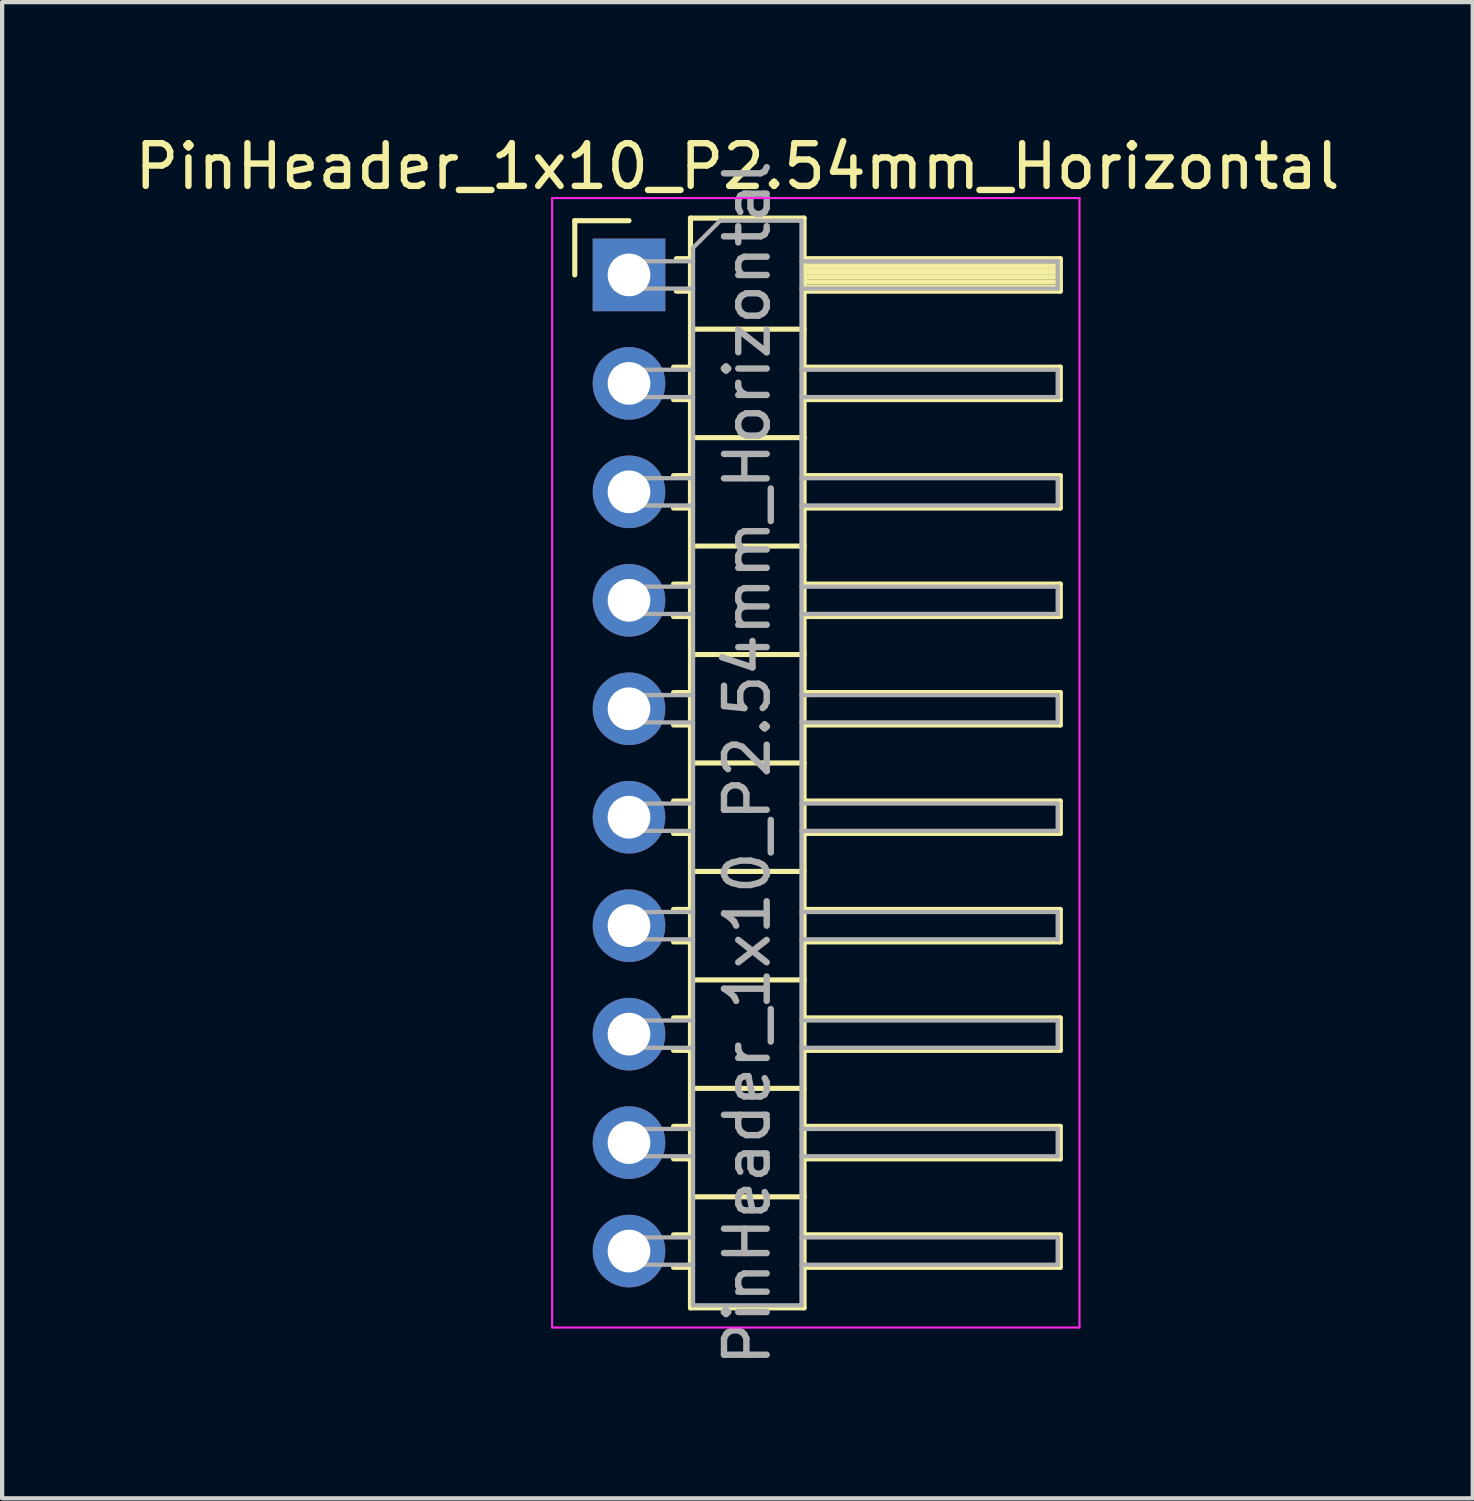
<source format=kicad_pcb>
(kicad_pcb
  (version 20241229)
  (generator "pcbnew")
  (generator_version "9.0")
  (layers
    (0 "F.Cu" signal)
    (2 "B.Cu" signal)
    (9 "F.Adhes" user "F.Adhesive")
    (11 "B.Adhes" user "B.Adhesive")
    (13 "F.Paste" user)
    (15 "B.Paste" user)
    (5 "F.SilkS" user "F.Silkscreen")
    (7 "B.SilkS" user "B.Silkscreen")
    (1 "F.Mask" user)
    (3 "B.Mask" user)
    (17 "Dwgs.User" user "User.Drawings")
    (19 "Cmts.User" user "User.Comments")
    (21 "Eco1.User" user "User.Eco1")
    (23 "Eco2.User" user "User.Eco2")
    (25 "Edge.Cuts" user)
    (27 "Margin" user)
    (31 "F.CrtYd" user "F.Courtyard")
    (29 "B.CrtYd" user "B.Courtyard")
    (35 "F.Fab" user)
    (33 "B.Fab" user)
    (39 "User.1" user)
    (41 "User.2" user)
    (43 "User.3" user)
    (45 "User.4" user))
  (footprint "PinHeader_1x10_P2.54mm_Horizontal"
    (layer "F.Cu")
    (at 11.68 3.388)
    (property "Reference" "PinHeader_1x10_P2.54mm_Horizontal" (at 2.54 -2.54 0) (layer "F.SilkS") (effects (font (size 1 1) (thickness 0.15))))
    (attr through_hole)
    (fp_line (start -1.27 -1.27) (end 0 -1.27) (stroke (width 0.12) (type solid)) (layer "F.SilkS"))
    (fp_line (start -1.27 0) (end -1.27 -1.27) (stroke (width 0.12) (type solid)) (layer "F.SilkS"))
    (fp_line (start 1.043 2.16) (end 1.44 2.16) (stroke (width 0.12) (type solid)) (layer "F.SilkS"))
    (fp_line (start 1.043 2.92) (end 1.44 2.92) (stroke (width 0.12) (type solid)) (layer "F.SilkS"))
    (fp_line (start 1.043 4.7) (end 1.44 4.7) (stroke (width 0.12) (type solid)) (layer "F.SilkS"))
    (fp_line (start 1.043 5.46) (end 1.44 5.46) (stroke (width 0.12) (type solid)) (layer "F.SilkS"))
    (fp_line (start 1.043 7.24) (end 1.44 7.24) (stroke (width 0.12) (type solid)) (layer "F.SilkS"))
    (fp_line (start 1.043 8) (end 1.44 8) (stroke (width 0.12) (type solid)) (layer "F.SilkS"))
    (fp_line (start 1.043 9.78) (end 1.44 9.78) (stroke (width 0.12) (type solid)) (layer "F.SilkS"))
    (fp_line (start 1.043 10.54) (end 1.44 10.54) (stroke (width 0.12) (type solid)) (layer "F.SilkS"))
    (fp_line (start 1.043 12.32) (end 1.44 12.32) (stroke (width 0.12) (type solid)) (layer "F.SilkS"))
    (fp_line (start 1.043 13.08) (end 1.44 13.08) (stroke (width 0.12) (type solid)) (layer "F.SilkS"))
    (fp_line (start 1.043 14.86) (end 1.44 14.86) (stroke (width 0.12) (type solid)) (layer "F.SilkS"))
    (fp_line (start 1.043 15.62) (end 1.44 15.62) (stroke (width 0.12) (type solid)) (layer "F.SilkS"))
    (fp_line (start 1.043 17.4) (end 1.44 17.4) (stroke (width 0.12) (type solid)) (layer "F.SilkS"))
    (fp_line (start 1.043 18.16) (end 1.44 18.16) (stroke (width 0.12) (type solid)) (layer "F.SilkS"))
    (fp_line (start 1.043 19.94) (end 1.44 19.94) (stroke (width 0.12) (type solid)) (layer "F.SilkS"))
    (fp_line (start 1.043 20.7) (end 1.44 20.7) (stroke (width 0.12) (type solid)) (layer "F.SilkS"))
    (fp_line (start 1.043 22.48) (end 1.44 22.48) (stroke (width 0.12) (type solid)) (layer "F.SilkS"))
    (fp_line (start 1.043 23.24) (end 1.44 23.24) (stroke (width 0.12) (type solid)) (layer "F.SilkS"))
    (fp_line (start 1.11 -0.38) (end 1.44 -0.38) (stroke (width 0.12) (type solid)) (layer "F.SilkS"))
    (fp_line (start 1.11 0.38) (end 1.44 0.38) (stroke (width 0.12) (type solid)) (layer "F.SilkS"))
    (fp_line (start 1.44 -1.33) (end 1.44 24.19) (stroke (width 0.12) (type solid)) (layer "F.SilkS"))
    (fp_line (start 1.44 1.27) (end 4.1 1.27) (stroke (width 0.12) (type solid)) (layer "F.SilkS"))
    (fp_line (start 1.44 3.81) (end 4.1 3.81) (stroke (width 0.12) (type solid)) (layer "F.SilkS"))
    (fp_line (start 1.44 6.35) (end 4.1 6.35) (stroke (width 0.12) (type solid)) (layer "F.SilkS"))
    (fp_line (start 1.44 8.89) (end 4.1 8.89) (stroke (width 0.12) (type solid)) (layer "F.SilkS"))
    (fp_line (start 1.44 11.43) (end 4.1 11.43) (stroke (width 0.12) (type solid)) (layer "F.SilkS"))
    (fp_line (start 1.44 13.97) (end 4.1 13.97) (stroke (width 0.12) (type solid)) (layer "F.SilkS"))
    (fp_line (start 1.44 16.51) (end 4.1 16.51) (stroke (width 0.12) (type solid)) (layer "F.SilkS"))
    (fp_line (start 1.44 19.05) (end 4.1 19.05) (stroke (width 0.12) (type solid)) (layer "F.SilkS"))
    (fp_line (start 1.44 21.59) (end 4.1 21.59) (stroke (width 0.12) (type solid)) (layer "F.SilkS"))
    (fp_line (start 1.44 24.19) (end 4.1 24.19) (stroke (width 0.12) (type solid)) (layer "F.SilkS"))
    (fp_line (start 4.1 -1.33) (end 1.44 -1.33) (stroke (width 0.12) (type solid)) (layer "F.SilkS"))
    (fp_line (start 4.1 -0.38) (end 10.1 -0.38) (stroke (width 0.12) (type solid)) (layer "F.SilkS"))
    (fp_line (start 4.1 -0.32) (end 10.1 -0.32) (stroke (width 0.12) (type solid)) (layer "F.SilkS"))
    (fp_line (start 4.1 -0.2) (end 10.1 -0.2) (stroke (width 0.12) (type solid)) (layer "F.SilkS"))
    (fp_line (start 4.1 -0.08) (end 10.1 -0.08) (stroke (width 0.12) (type solid)) (layer "F.SilkS"))
    (fp_line (start 4.1 0.04) (end 10.1 0.04) (stroke (width 0.12) (type solid)) (layer "F.SilkS"))
    (fp_line (start 4.1 0.16) (end 10.1 0.16) (stroke (width 0.12) (type solid)) (layer "F.SilkS"))
    (fp_line (start 4.1 0.28) (end 10.1 0.28) (stroke (width 0.12) (type solid)) (layer "F.SilkS"))
    (fp_line (start 4.1 2.16) (end 10.1 2.16) (stroke (width 0.12) (type solid)) (layer "F.SilkS"))
    (fp_line (start 4.1 4.7) (end 10.1 4.7) (stroke (width 0.12) (type solid)) (layer "F.SilkS"))
    (fp_line (start 4.1 7.24) (end 10.1 7.24) (stroke (width 0.12) (type solid)) (layer "F.SilkS"))
    (fp_line (start 4.1 9.78) (end 10.1 9.78) (stroke (width 0.12) (type solid)) (layer "F.SilkS"))
    (fp_line (start 4.1 12.32) (end 10.1 12.32) (stroke (width 0.12) (type solid)) (layer "F.SilkS"))
    (fp_line (start 4.1 14.86) (end 10.1 14.86) (stroke (width 0.12) (type solid)) (layer "F.SilkS"))
    (fp_line (start 4.1 17.4) (end 10.1 17.4) (stroke (width 0.12) (type solid)) (layer "F.SilkS"))
    (fp_line (start 4.1 19.94) (end 10.1 19.94) (stroke (width 0.12) (type solid)) (layer "F.SilkS"))
    (fp_line (start 4.1 22.48) (end 10.1 22.48) (stroke (width 0.12) (type solid)) (layer "F.SilkS"))
    (fp_line (start 4.1 24.19) (end 4.1 -1.33) (stroke (width 0.12) (type solid)) (layer "F.SilkS"))
    (fp_line (start 10.1 -0.38) (end 10.1 0.38) (stroke (width 0.12) (type solid)) (layer "F.SilkS"))
    (fp_line (start 10.1 0.38) (end 4.1 0.38) (stroke (width 0.12) (type solid)) (layer "F.SilkS"))
    (fp_line (start 10.1 2.16) (end 10.1 2.92) (stroke (width 0.12) (type solid)) (layer "F.SilkS"))
    (fp_line (start 10.1 2.92) (end 4.1 2.92) (stroke (width 0.12) (type solid)) (layer "F.SilkS"))
    (fp_line (start 10.1 4.7) (end 10.1 5.46) (stroke (width 0.12) (type solid)) (layer "F.SilkS"))
    (fp_line (start 10.1 5.46) (end 4.1 5.46) (stroke (width 0.12) (type solid)) (layer "F.SilkS"))
    (fp_line (start 10.1 7.24) (end 10.1 8) (stroke (width 0.12) (type solid)) (layer "F.SilkS"))
    (fp_line (start 10.1 8) (end 4.1 8) (stroke (width 0.12) (type solid)) (layer "F.SilkS"))
    (fp_line (start 10.1 9.78) (end 10.1 10.54) (stroke (width 0.12) (type solid)) (layer "F.SilkS"))
    (fp_line (start 10.1 10.54) (end 4.1 10.54) (stroke (width 0.12) (type solid)) (layer "F.SilkS"))
    (fp_line (start 10.1 12.32) (end 10.1 13.08) (stroke (width 0.12) (type solid)) (layer "F.SilkS"))
    (fp_line (start 10.1 13.08) (end 4.1 13.08) (stroke (width 0.12) (type solid)) (layer "F.SilkS"))
    (fp_line (start 10.1 14.86) (end 10.1 15.62) (stroke (width 0.12) (type solid)) (layer "F.SilkS"))
    (fp_line (start 10.1 15.62) (end 4.1 15.62) (stroke (width 0.12) (type solid)) (layer "F.SilkS"))
    (fp_line (start 10.1 17.4) (end 10.1 18.16) (stroke (width 0.12) (type solid)) (layer "F.SilkS"))
    (fp_line (start 10.1 18.16) (end 4.1 18.16) (stroke (width 0.12) (type solid)) (layer "F.SilkS"))
    (fp_line (start 10.1 19.94) (end 10.1 20.7) (stroke (width 0.12) (type solid)) (layer "F.SilkS"))
    (fp_line (start 10.1 20.7) (end 4.1 20.7) (stroke (width 0.12) (type solid)) (layer "F.SilkS"))
    (fp_line (start 10.1 22.48) (end 10.1 23.24) (stroke (width 0.12) (type solid)) (layer "F.SilkS"))
    (fp_line (start 10.1 23.24) (end 4.1 23.24) (stroke (width 0.12) (type solid)) (layer "F.SilkS"))
    (fp_line (start -1.8 -1.8) (end -1.8 24.65) (stroke (width 0.05) (type solid)) (layer "F.CrtYd"))
    (fp_line (start -1.8 24.65) (end 10.55 24.65) (stroke (width 0.05) (type solid)) (layer "F.CrtYd"))
    (fp_line (start 10.55 -1.8) (end -1.8 -1.8) (stroke (width 0.05) (type solid)) (layer "F.CrtYd"))
    (fp_line (start 10.55 24.65) (end 10.55 -1.8) (stroke (width 0.05) (type solid)) (layer "F.CrtYd"))
    (fp_line (start -0.32 -0.32) (end -0.32 0.32) (stroke (width 0.1) (type solid)) (layer "F.Fab"))
    (fp_line (start -0.32 -0.32) (end 1.5 -0.32) (stroke (width 0.1) (type solid)) (layer "F.Fab"))
    (fp_line (start -0.32 0.32) (end 1.5 0.32) (stroke (width 0.1) (type solid)) (layer "F.Fab"))
    (fp_line (start -0.32 2.22) (end -0.32 2.86) (stroke (width 0.1) (type solid)) (layer "F.Fab"))
    (fp_line (start -0.32 2.22) (end 1.5 2.22) (stroke (width 0.1) (type solid)) (layer "F.Fab"))
    (fp_line (start -0.32 2.86) (end 1.5 2.86) (stroke (width 0.1) (type solid)) (layer "F.Fab"))
    (fp_line (start -0.32 4.76) (end -0.32 5.4) (stroke (width 0.1) (type solid)) (layer "F.Fab"))
    (fp_line (start -0.32 4.76) (end 1.5 4.76) (stroke (width 0.1) (type solid)) (layer "F.Fab"))
    (fp_line (start -0.32 5.4) (end 1.5 5.4) (stroke (width 0.1) (type solid)) (layer "F.Fab"))
    (fp_line (start -0.32 7.3) (end -0.32 7.94) (stroke (width 0.1) (type solid)) (layer "F.Fab"))
    (fp_line (start -0.32 7.3) (end 1.5 7.3) (stroke (width 0.1) (type solid)) (layer "F.Fab"))
    (fp_line (start -0.32 7.94) (end 1.5 7.94) (stroke (width 0.1) (type solid)) (layer "F.Fab"))
    (fp_line (start -0.32 9.84) (end -0.32 10.48) (stroke (width 0.1) (type solid)) (layer "F.Fab"))
    (fp_line (start -0.32 9.84) (end 1.5 9.84) (stroke (width 0.1) (type solid)) (layer "F.Fab"))
    (fp_line (start -0.32 10.48) (end 1.5 10.48) (stroke (width 0.1) (type solid)) (layer "F.Fab"))
    (fp_line (start -0.32 12.38) (end -0.32 13.02) (stroke (width 0.1) (type solid)) (layer "F.Fab"))
    (fp_line (start -0.32 12.38) (end 1.5 12.38) (stroke (width 0.1) (type solid)) (layer "F.Fab"))
    (fp_line (start -0.32 13.02) (end 1.5 13.02) (stroke (width 0.1) (type solid)) (layer "F.Fab"))
    (fp_line (start -0.32 14.92) (end -0.32 15.56) (stroke (width 0.1) (type solid)) (layer "F.Fab"))
    (fp_line (start -0.32 14.92) (end 1.5 14.92) (stroke (width 0.1) (type solid)) (layer "F.Fab"))
    (fp_line (start -0.32 15.56) (end 1.5 15.56) (stroke (width 0.1) (type solid)) (layer "F.Fab"))
    (fp_line (start -0.32 17.46) (end -0.32 18.1) (stroke (width 0.1) (type solid)) (layer "F.Fab"))
    (fp_line (start -0.32 17.46) (end 1.5 17.46) (stroke (width 0.1) (type solid)) (layer "F.Fab"))
    (fp_line (start -0.32 18.1) (end 1.5 18.1) (stroke (width 0.1) (type solid)) (layer "F.Fab"))
    (fp_line (start -0.32 20) (end -0.32 20.64) (stroke (width 0.1) (type solid)) (layer "F.Fab"))
    (fp_line (start -0.32 20) (end 1.5 20) (stroke (width 0.1) (type solid)) (layer "F.Fab"))
    (fp_line (start -0.32 20.64) (end 1.5 20.64) (stroke (width 0.1) (type solid)) (layer "F.Fab"))
    (fp_line (start -0.32 22.54) (end -0.32 23.18) (stroke (width 0.1) (type solid)) (layer "F.Fab"))
    (fp_line (start -0.32 22.54) (end 1.5 22.54) (stroke (width 0.1) (type solid)) (layer "F.Fab"))
    (fp_line (start -0.32 23.18) (end 1.5 23.18) (stroke (width 0.1) (type solid)) (layer "F.Fab"))
    (fp_line (start 1.5 -0.635) (end 2.135 -1.27) (stroke (width 0.1) (type solid)) (layer "F.Fab"))
    (fp_line (start 1.5 24.13) (end 1.5 -0.635) (stroke (width 0.1) (type solid)) (layer "F.Fab"))
    (fp_line (start 2.135 -1.27) (end 4.04 -1.27) (stroke (width 0.1) (type solid)) (layer "F.Fab"))
    (fp_line (start 4.04 -1.27) (end 4.04 24.13) (stroke (width 0.1) (type solid)) (layer "F.Fab"))
    (fp_line (start 4.04 -0.32) (end 10.04 -0.32) (stroke (width 0.1) (type solid)) (layer "F.Fab"))
    (fp_line (start 4.04 0.32) (end 10.04 0.32) (stroke (width 0.1) (type solid)) (layer "F.Fab"))
    (fp_line (start 4.04 2.22) (end 10.04 2.22) (stroke (width 0.1) (type solid)) (layer "F.Fab"))
    (fp_line (start 4.04 2.86) (end 10.04 2.86) (stroke (width 0.1) (type solid)) (layer "F.Fab"))
    (fp_line (start 4.04 4.76) (end 10.04 4.76) (stroke (width 0.1) (type solid)) (layer "F.Fab"))
    (fp_line (start 4.04 5.4) (end 10.04 5.4) (stroke (width 0.1) (type solid)) (layer "F.Fab"))
    (fp_line (start 4.04 7.3) (end 10.04 7.3) (stroke (width 0.1) (type solid)) (layer "F.Fab"))
    (fp_line (start 4.04 7.94) (end 10.04 7.94) (stroke (width 0.1) (type solid)) (layer "F.Fab"))
    (fp_line (start 4.04 9.84) (end 10.04 9.84) (stroke (width 0.1) (type solid)) (layer "F.Fab"))
    (fp_line (start 4.04 10.48) (end 10.04 10.48) (stroke (width 0.1) (type solid)) (layer "F.Fab"))
    (fp_line (start 4.04 12.38) (end 10.04 12.38) (stroke (width 0.1) (type solid)) (layer "F.Fab"))
    (fp_line (start 4.04 13.02) (end 10.04 13.02) (stroke (width 0.1) (type solid)) (layer "F.Fab"))
    (fp_line (start 4.04 14.92) (end 10.04 14.92) (stroke (width 0.1) (type solid)) (layer "F.Fab"))
    (fp_line (start 4.04 15.56) (end 10.04 15.56) (stroke (width 0.1) (type solid)) (layer "F.Fab"))
    (fp_line (start 4.04 17.46) (end 10.04 17.46) (stroke (width 0.1) (type solid)) (layer "F.Fab"))
    (fp_line (start 4.04 18.1) (end 10.04 18.1) (stroke (width 0.1) (type solid)) (layer "F.Fab"))
    (fp_line (start 4.04 20) (end 10.04 20) (stroke (width 0.1) (type solid)) (layer "F.Fab"))
    (fp_line (start 4.04 20.64) (end 10.04 20.64) (stroke (width 0.1) (type solid)) (layer "F.Fab"))
    (fp_line (start 4.04 22.54) (end 10.04 22.54) (stroke (width 0.1) (type solid)) (layer "F.Fab"))
    (fp_line (start 4.04 23.18) (end 10.04 23.18) (stroke (width 0.1) (type solid)) (layer "F.Fab"))
    (fp_line (start 4.04 24.13) (end 1.5 24.13) (stroke (width 0.1) (type solid)) (layer "F.Fab"))
    (fp_line (start 10.04 -0.32) (end 10.04 0.32) (stroke (width 0.1) (type solid)) (layer "F.Fab"))
    (fp_line (start 10.04 2.22) (end 10.04 2.86) (stroke (width 0.1) (type solid)) (layer "F.Fab"))
    (fp_line (start 10.04 4.76) (end 10.04 5.4) (stroke (width 0.1) (type solid)) (layer "F.Fab"))
    (fp_line (start 10.04 7.3) (end 10.04 7.94) (stroke (width 0.1) (type solid)) (layer "F.Fab"))
    (fp_line (start 10.04 9.84) (end 10.04 10.48) (stroke (width 0.1) (type solid)) (layer "F.Fab"))
    (fp_line (start 10.04 12.38) (end 10.04 13.02) (stroke (width 0.1) (type solid)) (layer "F.Fab"))
    (fp_line (start 10.04 14.92) (end 10.04 15.56) (stroke (width 0.1) (type solid)) (layer "F.Fab"))
    (fp_line (start 10.04 17.46) (end 10.04 18.1) (stroke (width 0.1) (type solid)) (layer "F.Fab"))
    (fp_line (start 10.04 20) (end 10.04 20.64) (stroke (width 0.1) (type solid)) (layer "F.Fab"))
    (fp_line (start 10.04 22.54) (end 10.04 23.18) (stroke (width 0.1) (type solid)) (layer "F.Fab"))
    (fp_text user "${REFERENCE}" (at 2.77 11.43 270) (layer "F.Fab") (effects (font (size 1 1) (thickness 0.15))))
    (pad "1" thru_hole rect (at 0 0) (size 1.7 1.7) (drill 1) (layers "*.Cu" "*.Mask"))
    (pad "2" thru_hole oval (at 0 2.54) (size 1.7 1.7) (drill 1) (layers "*.Cu" "*.Mask"))
    (pad "3" thru_hole oval (at 0 5.08) (size 1.7 1.7) (drill 1) (layers "*.Cu" "*.Mask"))
    (pad "4" thru_hole oval (at 0 7.62) (size 1.7 1.7) (drill 1) (layers "*.Cu" "*.Mask"))
    (pad "5" thru_hole oval (at 0 10.16) (size 1.7 1.7) (drill 1) (layers "*.Cu" "*.Mask"))
    (pad "6" thru_hole oval (at 0 12.7) (size 1.7 1.7) (drill 1) (layers "*.Cu" "*.Mask"))
    (pad "7" thru_hole oval (at 0 15.24) (size 1.7 1.7) (drill 1) (layers "*.Cu" "*.Mask"))
    (pad "8" thru_hole oval (at 0 17.78) (size 1.7 1.7) (drill 1) (layers "*.Cu" "*.Mask"))
    (pad "9" thru_hole oval (at 0 20.32) (size 1.7 1.7) (drill 1) (layers "*.Cu" "*.Mask"))
    (pad "10" thru_hole oval (at 0 22.86) (size 1.7 1.7) (drill 1) (layers "*.Cu" "*.Mask")))
  (gr_rect
    (start -3 -3)
    (end 31.44 32.038)
    (stroke (width 0.1) (type default))
    (fill no)
    (layer "Edge.Cuts")))
</source>
